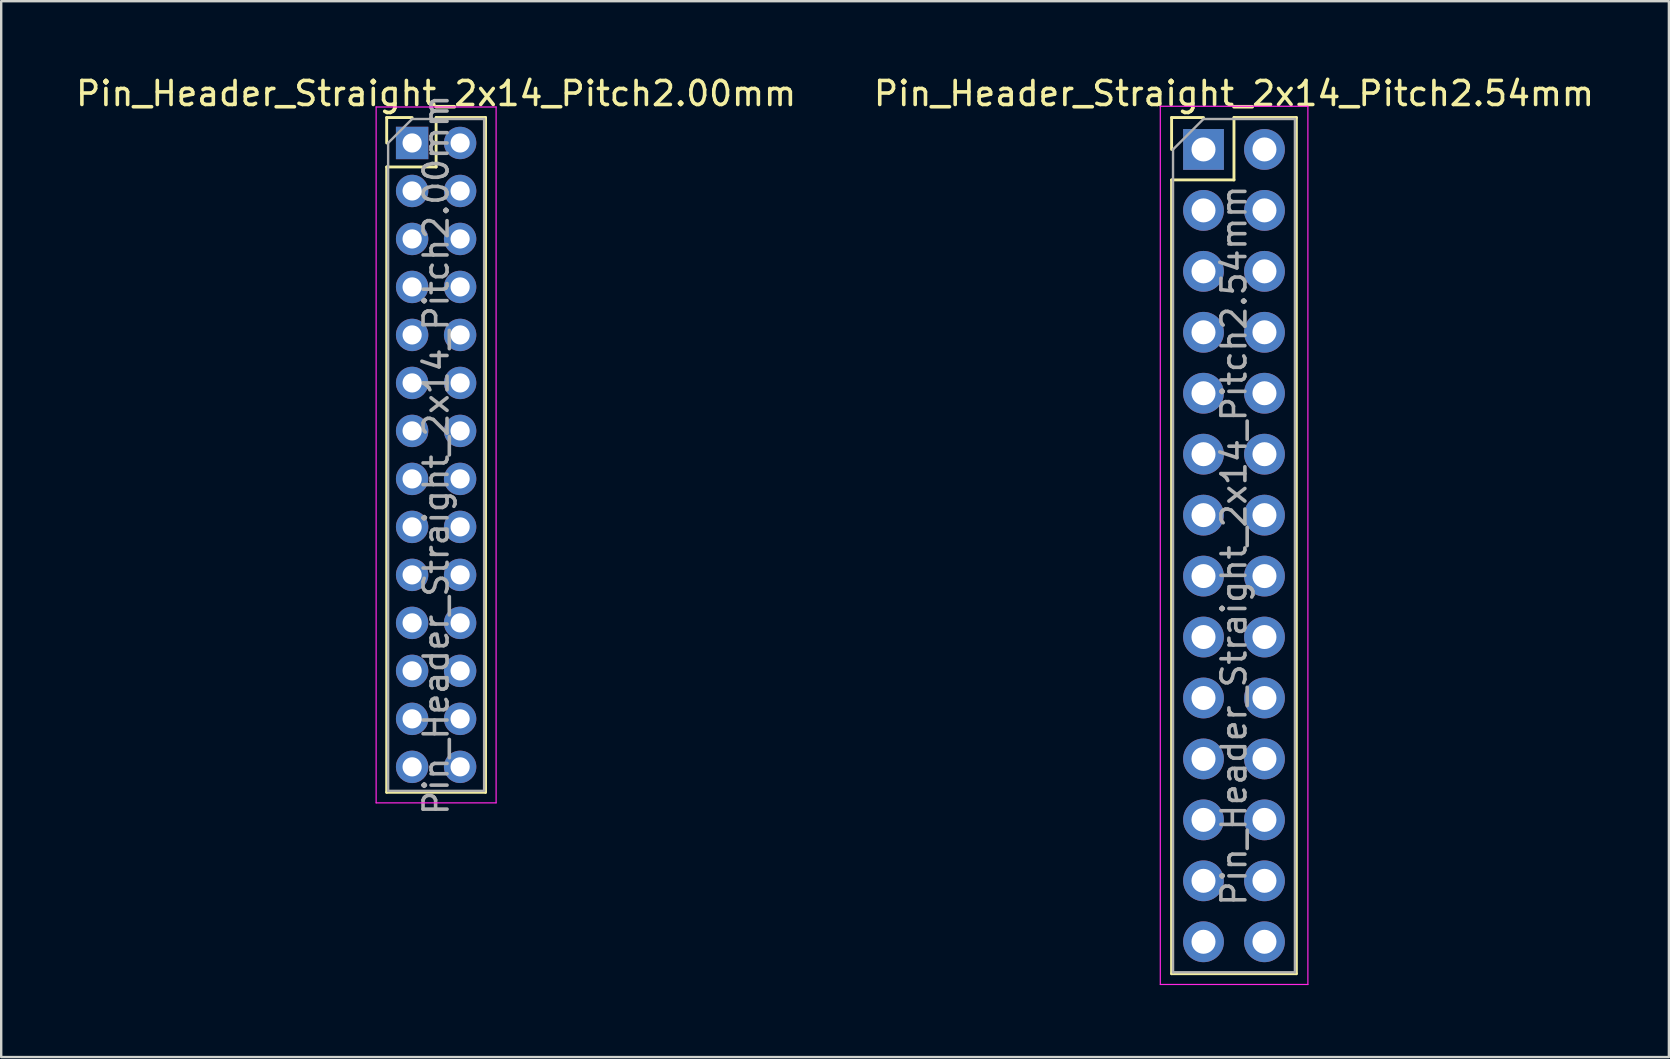
<source format=kicad_pcb>
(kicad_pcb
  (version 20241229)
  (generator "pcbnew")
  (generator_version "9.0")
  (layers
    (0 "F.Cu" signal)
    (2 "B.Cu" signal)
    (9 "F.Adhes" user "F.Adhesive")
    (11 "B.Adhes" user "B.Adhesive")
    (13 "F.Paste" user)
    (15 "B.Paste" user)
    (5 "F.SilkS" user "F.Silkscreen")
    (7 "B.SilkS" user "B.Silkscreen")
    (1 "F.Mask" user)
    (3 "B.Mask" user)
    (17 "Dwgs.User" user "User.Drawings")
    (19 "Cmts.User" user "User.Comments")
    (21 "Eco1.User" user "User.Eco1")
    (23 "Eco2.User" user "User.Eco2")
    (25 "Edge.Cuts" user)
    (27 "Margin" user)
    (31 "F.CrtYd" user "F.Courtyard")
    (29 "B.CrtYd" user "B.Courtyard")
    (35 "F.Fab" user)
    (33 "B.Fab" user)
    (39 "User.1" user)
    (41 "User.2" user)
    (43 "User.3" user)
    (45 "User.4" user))
  (footprint "Pin_Header_Straight_2x14_Pitch2.54mm"
    (layer "F.Cu")
    (at 47.105 3.178)
    (property "Reference" "Pin_Header_Straight_2x14_Pitch2.54mm" (at 1.27 -2.33 0) (layer "F.SilkS") (effects (font (size 1 1) (thickness 0.15))))
    (attr through_hole)
    (fp_line (start -1.33 -1.33) (end 0 -1.33) (stroke (width 0.12) (type solid)) (layer "F.SilkS"))
    (fp_line (start -1.33 0) (end -1.33 -1.33) (stroke (width 0.12) (type solid)) (layer "F.SilkS"))
    (fp_line (start -1.33 1.27) (end -1.33 34.35) (stroke (width 0.12) (type solid)) (layer "F.SilkS"))
    (fp_line (start -1.33 34.35) (end 3.87 34.35) (stroke (width 0.12) (type solid)) (layer "F.SilkS"))
    (fp_line (start 1.27 -1.33) (end 1.27 1.27) (stroke (width 0.12) (type solid)) (layer "F.SilkS"))
    (fp_line (start 1.27 1.27) (end -1.33 1.27) (stroke (width 0.12) (type solid)) (layer "F.SilkS"))
    (fp_line (start 3.87 -1.33) (end 1.27 -1.33) (stroke (width 0.12) (type solid)) (layer "F.SilkS"))
    (fp_line (start 3.87 34.35) (end 3.87 -1.33) (stroke (width 0.12) (type solid)) (layer "F.SilkS"))
    (fp_line (start -1.8 -1.8) (end -1.8 34.8) (stroke (width 0.05) (type solid)) (layer "F.CrtYd"))
    (fp_line (start -1.8 34.8) (end 4.35 34.8) (stroke (width 0.05) (type solid)) (layer "F.CrtYd"))
    (fp_line (start 4.35 -1.8) (end -1.8 -1.8) (stroke (width 0.05) (type solid)) (layer "F.CrtYd"))
    (fp_line (start 4.35 34.8) (end 4.35 -1.8) (stroke (width 0.05) (type solid)) (layer "F.CrtYd"))
    (fp_line (start -1.27 0) (end 0 -1.27) (stroke (width 0.1) (type solid)) (layer "F.Fab"))
    (fp_line (start -1.27 34.29) (end -1.27 0) (stroke (width 0.1) (type solid)) (layer "F.Fab"))
    (fp_line (start 0 -1.27) (end 3.81 -1.27) (stroke (width 0.1) (type solid)) (layer "F.Fab"))
    (fp_line (start 3.81 -1.27) (end 3.81 34.29) (stroke (width 0.1) (type solid)) (layer "F.Fab"))
    (fp_line (start 3.81 34.29) (end -1.27 34.29) (stroke (width 0.1) (type solid)) (layer "F.Fab"))
    (fp_text user "${REFERENCE}" (at 1.27 16.51 90) (layer "F.Fab") (effects (font (size 1 1) (thickness 0.15))))
    (pad "1" thru_hole rect (at 0 0) (size 1.7 1.7) (drill 1) (layers "*.Cu" "*.Mask"))
    (pad "2" thru_hole oval (at 2.54 0) (size 1.7 1.7) (drill 1) (layers "*.Cu" "*.Mask"))
    (pad "3" thru_hole oval (at 0 2.54) (size 1.7 1.7) (drill 1) (layers "*.Cu" "*.Mask"))
    (pad "4" thru_hole oval (at 2.54 2.54) (size 1.7 1.7) (drill 1) (layers "*.Cu" "*.Mask"))
    (pad "5" thru_hole oval (at 0 5.08) (size 1.7 1.7) (drill 1) (layers "*.Cu" "*.Mask"))
    (pad "6" thru_hole oval (at 2.54 5.08) (size 1.7 1.7) (drill 1) (layers "*.Cu" "*.Mask"))
    (pad "7" thru_hole oval (at 0 7.62) (size 1.7 1.7) (drill 1) (layers "*.Cu" "*.Mask"))
    (pad "8" thru_hole oval (at 2.54 7.62) (size 1.7 1.7) (drill 1) (layers "*.Cu" "*.Mask"))
    (pad "9" thru_hole oval (at 0 10.16) (size 1.7 1.7) (drill 1) (layers "*.Cu" "*.Mask"))
    (pad "10" thru_hole oval (at 2.54 10.16) (size 1.7 1.7) (drill 1) (layers "*.Cu" "*.Mask"))
    (pad "11" thru_hole oval (at 0 12.7) (size 1.7 1.7) (drill 1) (layers "*.Cu" "*.Mask"))
    (pad "12" thru_hole oval (at 2.54 12.7) (size 1.7 1.7) (drill 1) (layers "*.Cu" "*.Mask"))
    (pad "13" thru_hole oval (at 0 15.24) (size 1.7 1.7) (drill 1) (layers "*.Cu" "*.Mask"))
    (pad "14" thru_hole oval (at 2.54 15.24) (size 1.7 1.7) (drill 1) (layers "*.Cu" "*.Mask"))
    (pad "15" thru_hole oval (at 0 17.78) (size 1.7 1.7) (drill 1) (layers "*.Cu" "*.Mask"))
    (pad "16" thru_hole oval (at 2.54 17.78) (size 1.7 1.7) (drill 1) (layers "*.Cu" "*.Mask"))
    (pad "17" thru_hole oval (at 0 20.32) (size 1.7 1.7) (drill 1) (layers "*.Cu" "*.Mask"))
    (pad "18" thru_hole oval (at 2.54 20.32) (size 1.7 1.7) (drill 1) (layers "*.Cu" "*.Mask"))
    (pad "19" thru_hole oval (at 0 22.86) (size 1.7 1.7) (drill 1) (layers "*.Cu" "*.Mask"))
    (pad "20" thru_hole oval (at 2.54 22.86) (size 1.7 1.7) (drill 1) (layers "*.Cu" "*.Mask"))
    (pad "21" thru_hole oval (at 0 25.4) (size 1.7 1.7) (drill 1) (layers "*.Cu" "*.Mask"))
    (pad "22" thru_hole oval (at 2.54 25.4) (size 1.7 1.7) (drill 1) (layers "*.Cu" "*.Mask"))
    (pad "23" thru_hole oval (at 0 27.94) (size 1.7 1.7) (drill 1) (layers "*.Cu" "*.Mask"))
    (pad "24" thru_hole oval (at 2.54 27.94) (size 1.7 1.7) (drill 1) (layers "*.Cu" "*.Mask"))
    (pad "25" thru_hole oval (at 0 30.48) (size 1.7 1.7) (drill 1) (layers "*.Cu" "*.Mask"))
    (pad "26" thru_hole oval (at 2.54 30.48) (size 1.7 1.7) (drill 1) (layers "*.Cu" "*.Mask"))
    (pad "27" thru_hole oval (at 0 33.02) (size 1.7 1.7) (drill 1) (layers "*.Cu" "*.Mask"))
    (pad "28" thru_hole oval (at 2.54 33.02) (size 1.7 1.7) (drill 1) (layers "*.Cu" "*.Mask")))
  (footprint "Pin_Header_Straight_2x14_Pitch2.00mm"
    (layer "F.Cu")
    (at 14.125 2.908)
    (property "Reference" "Pin_Header_Straight_2x14_Pitch2.00mm" (at 1 -2.06 0) (layer "F.SilkS") (effects (font (size 1 1) (thickness 0.15))))
    (attr through_hole)
    (fp_line (start -1.06 -1.06) (end 0 -1.06) (stroke (width 0.12) (type solid)) (layer "F.SilkS"))
    (fp_line (start -1.06 0) (end -1.06 -1.06) (stroke (width 0.12) (type solid)) (layer "F.SilkS"))
    (fp_line (start -1.06 1) (end -1.06 27.06) (stroke (width 0.12) (type solid)) (layer "F.SilkS"))
    (fp_line (start -1.06 27.06) (end 3.06 27.06) (stroke (width 0.12) (type solid)) (layer "F.SilkS"))
    (fp_line (start 1 -1.06) (end 1 1) (stroke (width 0.12) (type solid)) (layer "F.SilkS"))
    (fp_line (start 1 1) (end -1.06 1) (stroke (width 0.12) (type solid)) (layer "F.SilkS"))
    (fp_line (start 3.06 -1.06) (end 1 -1.06) (stroke (width 0.12) (type solid)) (layer "F.SilkS"))
    (fp_line (start 3.06 27.06) (end 3.06 -1.06) (stroke (width 0.12) (type solid)) (layer "F.SilkS"))
    (fp_line (start -1.5 -1.5) (end -1.5 27.5) (stroke (width 0.05) (type solid)) (layer "F.CrtYd"))
    (fp_line (start -1.5 27.5) (end 3.5 27.5) (stroke (width 0.05) (type solid)) (layer "F.CrtYd"))
    (fp_line (start 3.5 -1.5) (end -1.5 -1.5) (stroke (width 0.05) (type solid)) (layer "F.CrtYd"))
    (fp_line (start 3.5 27.5) (end 3.5 -1.5) (stroke (width 0.05) (type solid)) (layer "F.CrtYd"))
    (fp_line (start -1 0) (end 0 -1) (stroke (width 0.1) (type solid)) (layer "F.Fab"))
    (fp_line (start -1 27) (end -1 0) (stroke (width 0.1) (type solid)) (layer "F.Fab"))
    (fp_line (start 0 -1) (end 3 -1) (stroke (width 0.1) (type solid)) (layer "F.Fab"))
    (fp_line (start 3 -1) (end 3 27) (stroke (width 0.1) (type solid)) (layer "F.Fab"))
    (fp_line (start 3 27) (end -1 27) (stroke (width 0.1) (type solid)) (layer "F.Fab"))
    (fp_text user "${REFERENCE}" (at 1 13 90) (layer "F.Fab") (effects (font (size 1 1) (thickness 0.15))))
    (pad "1" thru_hole rect (at 0 0) (size 1.35 1.35) (drill 0.8) (layers "*.Cu" "*.Mask"))
    (pad "2" thru_hole oval (at 2 0) (size 1.35 1.35) (drill 0.8) (layers "*.Cu" "*.Mask"))
    (pad "3" thru_hole oval (at 0 2) (size 1.35 1.35) (drill 0.8) (layers "*.Cu" "*.Mask"))
    (pad "4" thru_hole oval (at 2 2) (size 1.35 1.35) (drill 0.8) (layers "*.Cu" "*.Mask"))
    (pad "5" thru_hole oval (at 0 4) (size 1.35 1.35) (drill 0.8) (layers "*.Cu" "*.Mask"))
    (pad "6" thru_hole oval (at 2 4) (size 1.35 1.35) (drill 0.8) (layers "*.Cu" "*.Mask"))
    (pad "7" thru_hole oval (at 0 6) (size 1.35 1.35) (drill 0.8) (layers "*.Cu" "*.Mask"))
    (pad "8" thru_hole oval (at 2 6) (size 1.35 1.35) (drill 0.8) (layers "*.Cu" "*.Mask"))
    (pad "9" thru_hole oval (at 0 8) (size 1.35 1.35) (drill 0.8) (layers "*.Cu" "*.Mask"))
    (pad "10" thru_hole oval (at 2 8) (size 1.35 1.35) (drill 0.8) (layers "*.Cu" "*.Mask"))
    (pad "11" thru_hole oval (at 0 10) (size 1.35 1.35) (drill 0.8) (layers "*.Cu" "*.Mask"))
    (pad "12" thru_hole oval (at 2 10) (size 1.35 1.35) (drill 0.8) (layers "*.Cu" "*.Mask"))
    (pad "13" thru_hole oval (at 0 12) (size 1.35 1.35) (drill 0.8) (layers "*.Cu" "*.Mask"))
    (pad "14" thru_hole oval (at 2 12) (size 1.35 1.35) (drill 0.8) (layers "*.Cu" "*.Mask"))
    (pad "15" thru_hole oval (at 0 14) (size 1.35 1.35) (drill 0.8) (layers "*.Cu" "*.Mask"))
    (pad "16" thru_hole oval (at 2 14) (size 1.35 1.35) (drill 0.8) (layers "*.Cu" "*.Mask"))
    (pad "17" thru_hole oval (at 0 16) (size 1.35 1.35) (drill 0.8) (layers "*.Cu" "*.Mask"))
    (pad "18" thru_hole oval (at 2 16) (size 1.35 1.35) (drill 0.8) (layers "*.Cu" "*.Mask"))
    (pad "19" thru_hole oval (at 0 18) (size 1.35 1.35) (drill 0.8) (layers "*.Cu" "*.Mask"))
    (pad "20" thru_hole oval (at 2 18) (size 1.35 1.35) (drill 0.8) (layers "*.Cu" "*.Mask"))
    (pad "21" thru_hole oval (at 0 20) (size 1.35 1.35) (drill 0.8) (layers "*.Cu" "*.Mask"))
    (pad "22" thru_hole oval (at 2 20) (size 1.35 1.35) (drill 0.8) (layers "*.Cu" "*.Mask"))
    (pad "23" thru_hole oval (at 0 22) (size 1.35 1.35) (drill 0.8) (layers "*.Cu" "*.Mask"))
    (pad "24" thru_hole oval (at 2 22) (size 1.35 1.35) (drill 0.8) (layers "*.Cu" "*.Mask"))
    (pad "25" thru_hole oval (at 0 24) (size 1.35 1.35) (drill 0.8) (layers "*.Cu" "*.Mask"))
    (pad "26" thru_hole oval (at 2 24) (size 1.35 1.35) (drill 0.8) (layers "*.Cu" "*.Mask"))
    (pad "27" thru_hole oval (at 0 26) (size 1.35 1.35) (drill 0.8) (layers "*.Cu" "*.Mask"))
    (pad "28" thru_hole oval (at 2 26) (size 1.35 1.35) (drill 0.8) (layers "*.Cu" "*.Mask")))
  (gr_rect
    (start -3 -3)
    (end 66.5 41.003)
    (stroke (width 0.1) (type default))
    (fill no)
    (layer "Edge.Cuts")))
</source>
